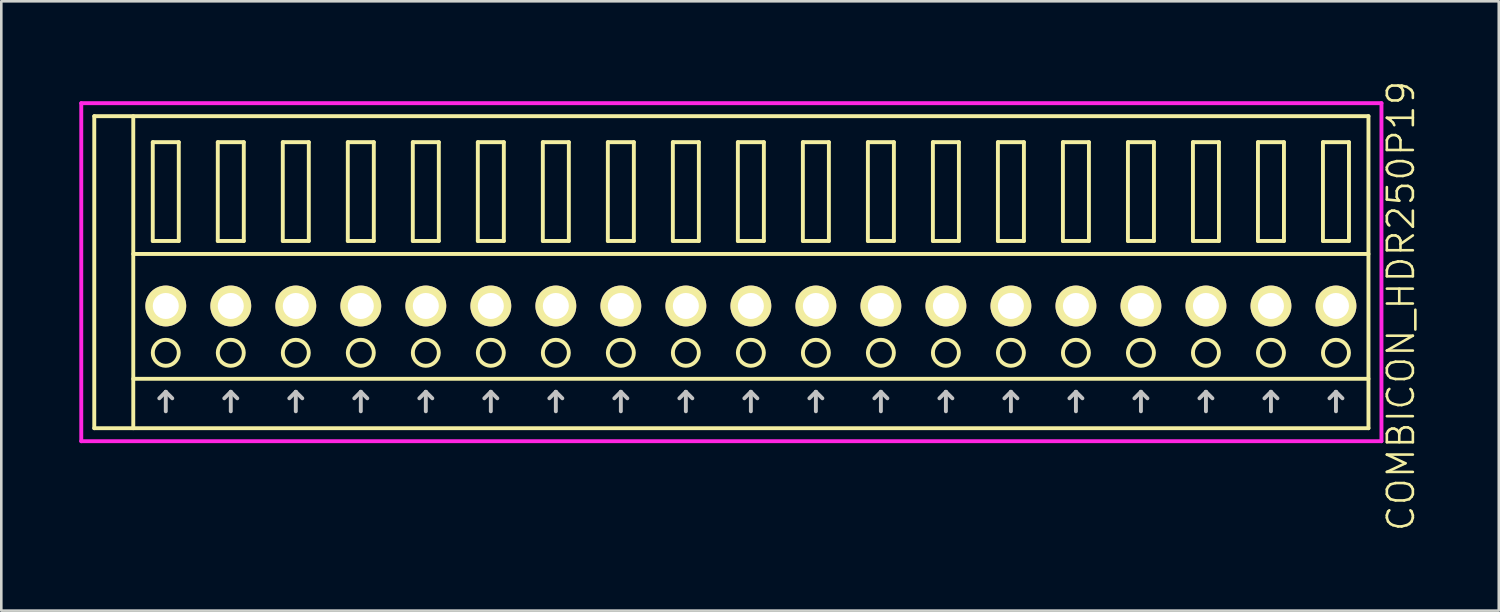
<source format=kicad_pcb>
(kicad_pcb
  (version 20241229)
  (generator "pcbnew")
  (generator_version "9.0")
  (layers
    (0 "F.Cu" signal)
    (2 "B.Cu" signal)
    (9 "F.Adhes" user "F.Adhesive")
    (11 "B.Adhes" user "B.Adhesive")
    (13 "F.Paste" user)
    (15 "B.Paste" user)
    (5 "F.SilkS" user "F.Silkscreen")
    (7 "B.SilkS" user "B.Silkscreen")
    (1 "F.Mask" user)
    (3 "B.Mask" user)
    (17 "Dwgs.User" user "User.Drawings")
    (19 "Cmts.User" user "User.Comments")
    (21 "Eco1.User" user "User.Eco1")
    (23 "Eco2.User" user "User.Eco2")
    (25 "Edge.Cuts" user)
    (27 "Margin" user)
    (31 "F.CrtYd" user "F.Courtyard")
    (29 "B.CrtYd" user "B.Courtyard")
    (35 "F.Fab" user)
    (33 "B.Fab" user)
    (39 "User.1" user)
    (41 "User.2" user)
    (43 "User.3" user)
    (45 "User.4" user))
  (footprint "COMBICON_HDR250P19"
    (layer "F.Cu")
    (at 25.825 8.717)
    (property "Reference" "COMBICON_HDR250P19" (at 25 0 90) (layer "F.SilkS") (effects (font (size 1 1) (thickness 0.1))))
    (attr through_hole)
    (fp_line (start -25.25 -7.3) (end -25.25 4.7) (stroke (width 0.15) (type solid)) (layer "F.SilkS"))
    (fp_line (start -25.25 4.7) (end 23.75 4.7) (stroke (width 0.15) (type solid)) (layer "F.SilkS"))
    (fp_line (start -23.75 -2) (end 23.75 -2) (stroke (width 0.15) (type solid)) (layer "F.SilkS"))
    (fp_line (start -23.75 2.8) (end 23.75 2.8) (stroke (width 0.15) (type solid)) (layer "F.SilkS"))
    (fp_line (start -23.75 4.7) (end -23.75 -7.3) (stroke (width 0.15) (type solid)) (layer "F.SilkS"))
    (fp_line (start -23 -6.3) (end -23 -2.5) (stroke (width 0.15) (type solid)) (layer "F.SilkS"))
    (fp_line (start -23 -2.5) (end -22 -2.5) (stroke (width 0.15) (type solid)) (layer "F.SilkS"))
    (fp_line (start -22 -6.3) (end -23 -6.3) (stroke (width 0.15) (type solid)) (layer "F.SilkS"))
    (fp_line (start -22 -2.5) (end -22 -6.3) (stroke (width 0.15) (type solid)) (layer "F.SilkS"))
    (fp_line (start -20.5 -6.3) (end -20.5 -2.5) (stroke (width 0.15) (type solid)) (layer "F.SilkS"))
    (fp_line (start -20.5 -2.5) (end -19.5 -2.5) (stroke (width 0.15) (type solid)) (layer "F.SilkS"))
    (fp_line (start -19.5 -6.3) (end -20.5 -6.3) (stroke (width 0.15) (type solid)) (layer "F.SilkS"))
    (fp_line (start -19.5 -2.5) (end -19.5 -6.3) (stroke (width 0.15) (type solid)) (layer "F.SilkS"))
    (fp_line (start -18 -6.3) (end -18 -2.5) (stroke (width 0.15) (type solid)) (layer "F.SilkS"))
    (fp_line (start -18 -2.5) (end -17 -2.5) (stroke (width 0.15) (type solid)) (layer "F.SilkS"))
    (fp_line (start -17 -6.3) (end -18 -6.3) (stroke (width 0.15) (type solid)) (layer "F.SilkS"))
    (fp_line (start -17 -2.5) (end -17 -6.3) (stroke (width 0.15) (type solid)) (layer "F.SilkS"))
    (fp_line (start -15.5 -6.3) (end -15.5 -2.5) (stroke (width 0.15) (type solid)) (layer "F.SilkS"))
    (fp_line (start -15.5 -2.5) (end -14.5 -2.5) (stroke (width 0.15) (type solid)) (layer "F.SilkS"))
    (fp_line (start -14.5 -6.3) (end -15.5 -6.3) (stroke (width 0.15) (type solid)) (layer "F.SilkS"))
    (fp_line (start -14.5 -2.5) (end -14.5 -6.3) (stroke (width 0.15) (type solid)) (layer "F.SilkS"))
    (fp_line (start -13 -6.3) (end -13 -2.5) (stroke (width 0.15) (type solid)) (layer "F.SilkS"))
    (fp_line (start -13 -2.5) (end -12 -2.5) (stroke (width 0.15) (type solid)) (layer "F.SilkS"))
    (fp_line (start -12 -6.3) (end -13 -6.3) (stroke (width 0.15) (type solid)) (layer "F.SilkS"))
    (fp_line (start -12 -2.5) (end -12 -6.3) (stroke (width 0.15) (type solid)) (layer "F.SilkS"))
    (fp_line (start -10.5 -6.3) (end -10.5 -2.5) (stroke (width 0.15) (type solid)) (layer "F.SilkS"))
    (fp_line (start -10.5 -2.5) (end -9.5 -2.5) (stroke (width 0.15) (type solid)) (layer "F.SilkS"))
    (fp_line (start -9.5 -6.3) (end -10.5 -6.3) (stroke (width 0.15) (type solid)) (layer "F.SilkS"))
    (fp_line (start -9.5 -2.5) (end -9.5 -6.3) (stroke (width 0.15) (type solid)) (layer "F.SilkS"))
    (fp_line (start -8 -6.3) (end -8 -2.5) (stroke (width 0.15) (type solid)) (layer "F.SilkS"))
    (fp_line (start -8 -2.5) (end -7 -2.5) (stroke (width 0.15) (type solid)) (layer "F.SilkS"))
    (fp_line (start -7 -6.3) (end -8 -6.3) (stroke (width 0.15) (type solid)) (layer "F.SilkS"))
    (fp_line (start -7 -2.5) (end -7 -6.3) (stroke (width 0.15) (type solid)) (layer "F.SilkS"))
    (fp_line (start -5.5 -6.3) (end -5.5 -2.5) (stroke (width 0.15) (type solid)) (layer "F.SilkS"))
    (fp_line (start -5.5 -2.5) (end -4.5 -2.5) (stroke (width 0.15) (type solid)) (layer "F.SilkS"))
    (fp_line (start -4.5 -6.3) (end -5.5 -6.3) (stroke (width 0.15) (type solid)) (layer "F.SilkS"))
    (fp_line (start -4.5 -2.5) (end -4.5 -6.3) (stroke (width 0.15) (type solid)) (layer "F.SilkS"))
    (fp_line (start -3 -6.3) (end -3 -2.5) (stroke (width 0.15) (type solid)) (layer "F.SilkS"))
    (fp_line (start -3 -2.5) (end -2 -2.5) (stroke (width 0.15) (type solid)) (layer "F.SilkS"))
    (fp_line (start -2 -6.3) (end -3 -6.3) (stroke (width 0.15) (type solid)) (layer "F.SilkS"))
    (fp_line (start -2 -2.5) (end -2 -6.3) (stroke (width 0.15) (type solid)) (layer "F.SilkS"))
    (fp_line (start -0.5 -6.3) (end -0.5 -2.5) (stroke (width 0.15) (type solid)) (layer "F.SilkS"))
    (fp_line (start -0.5 -2.5) (end 0.5 -2.5) (stroke (width 0.15) (type solid)) (layer "F.SilkS"))
    (fp_line (start 0.5 -6.3) (end -0.5 -6.3) (stroke (width 0.15) (type solid)) (layer "F.SilkS"))
    (fp_line (start 0.5 -2.5) (end 0.5 -6.3) (stroke (width 0.15) (type solid)) (layer "F.SilkS"))
    (fp_line (start 2 -6.3) (end 2 -2.5) (stroke (width 0.15) (type solid)) (layer "F.SilkS"))
    (fp_line (start 2 -2.5) (end 3 -2.5) (stroke (width 0.15) (type solid)) (layer "F.SilkS"))
    (fp_line (start 3 -6.3) (end 2 -6.3) (stroke (width 0.15) (type solid)) (layer "F.SilkS"))
    (fp_line (start 3 -2.5) (end 3 -6.3) (stroke (width 0.15) (type solid)) (layer "F.SilkS"))
    (fp_line (start 4.5 -6.3) (end 4.5 -2.5) (stroke (width 0.15) (type solid)) (layer "F.SilkS"))
    (fp_line (start 4.5 -2.5) (end 5.5 -2.5) (stroke (width 0.15) (type solid)) (layer "F.SilkS"))
    (fp_line (start 5.5 -6.3) (end 4.5 -6.3) (stroke (width 0.15) (type solid)) (layer "F.SilkS"))
    (fp_line (start 5.5 -2.5) (end 5.5 -6.3) (stroke (width 0.15) (type solid)) (layer "F.SilkS"))
    (fp_line (start 7 -6.3) (end 7 -2.5) (stroke (width 0.15) (type solid)) (layer "F.SilkS"))
    (fp_line (start 7 -2.5) (end 8 -2.5) (stroke (width 0.15) (type solid)) (layer "F.SilkS"))
    (fp_line (start 8 -6.3) (end 7 -6.3) (stroke (width 0.15) (type solid)) (layer "F.SilkS"))
    (fp_line (start 8 -2.5) (end 8 -6.3) (stroke (width 0.15) (type solid)) (layer "F.SilkS"))
    (fp_line (start 9.5 -6.3) (end 9.5 -2.5) (stroke (width 0.15) (type solid)) (layer "F.SilkS"))
    (fp_line (start 9.5 -2.5) (end 10.5 -2.5) (stroke (width 0.15) (type solid)) (layer "F.SilkS"))
    (fp_line (start 10.5 -6.3) (end 9.5 -6.3) (stroke (width 0.15) (type solid)) (layer "F.SilkS"))
    (fp_line (start 10.5 -2.5) (end 10.5 -6.3) (stroke (width 0.15) (type solid)) (layer "F.SilkS"))
    (fp_line (start 12 -6.3) (end 12 -2.5) (stroke (width 0.15) (type solid)) (layer "F.SilkS"))
    (fp_line (start 12 -2.5) (end 13 -2.5) (stroke (width 0.15) (type solid)) (layer "F.SilkS"))
    (fp_line (start 13 -6.3) (end 12 -6.3) (stroke (width 0.15) (type solid)) (layer "F.SilkS"))
    (fp_line (start 13 -2.5) (end 13 -6.3) (stroke (width 0.15) (type solid)) (layer "F.SilkS"))
    (fp_line (start 14.5 -6.3) (end 14.5 -2.5) (stroke (width 0.15) (type solid)) (layer "F.SilkS"))
    (fp_line (start 14.5 -2.5) (end 15.5 -2.5) (stroke (width 0.15) (type solid)) (layer "F.SilkS"))
    (fp_line (start 15.5 -6.3) (end 14.5 -6.3) (stroke (width 0.15) (type solid)) (layer "F.SilkS"))
    (fp_line (start 15.5 -2.5) (end 15.5 -6.3) (stroke (width 0.15) (type solid)) (layer "F.SilkS"))
    (fp_line (start 17 -6.3) (end 17 -2.5) (stroke (width 0.15) (type solid)) (layer "F.SilkS"))
    (fp_line (start 17 -2.5) (end 18 -2.5) (stroke (width 0.15) (type solid)) (layer "F.SilkS"))
    (fp_line (start 18 -6.3) (end 17 -6.3) (stroke (width 0.15) (type solid)) (layer "F.SilkS"))
    (fp_line (start 18 -2.5) (end 18 -6.3) (stroke (width 0.15) (type solid)) (layer "F.SilkS"))
    (fp_line (start 19.5 -6.3) (end 19.5 -2.5) (stroke (width 0.15) (type solid)) (layer "F.SilkS"))
    (fp_line (start 19.5 -2.5) (end 20.5 -2.5) (stroke (width 0.15) (type solid)) (layer "F.SilkS"))
    (fp_line (start 20.5 -6.3) (end 19.5 -6.3) (stroke (width 0.15) (type solid)) (layer "F.SilkS"))
    (fp_line (start 20.5 -2.5) (end 20.5 -6.3) (stroke (width 0.15) (type solid)) (layer "F.SilkS"))
    (fp_line (start 22 -6.3) (end 22 -2.5) (stroke (width 0.15) (type solid)) (layer "F.SilkS"))
    (fp_line (start 22 -2.5) (end 23 -2.5) (stroke (width 0.15) (type solid)) (layer "F.SilkS"))
    (fp_line (start 23 -6.3) (end 22 -6.3) (stroke (width 0.15) (type solid)) (layer "F.SilkS"))
    (fp_line (start 23 -2.5) (end 23 -6.3) (stroke (width 0.15) (type solid)) (layer "F.SilkS"))
    (fp_line (start 23.75 -7.3) (end -25.25 -7.3) (stroke (width 0.15) (type solid)) (layer "F.SilkS"))
    (fp_line (start 23.75 4.7) (end 23.75 -7.3) (stroke (width 0.15) (type solid)) (layer "F.SilkS"))
    (fp_circle (center -22.5 1.8) (end -22 1.8) (stroke (width 0.15) (type solid)) (fill no) (layer "F.SilkS"))
    (fp_circle (center -20 1.8) (end -19.5 1.8) (stroke (width 0.15) (type solid)) (fill no) (layer "F.SilkS"))
    (fp_circle (center -17.5 1.8) (end -17 1.8) (stroke (width 0.15) (type solid)) (fill no) (layer "F.SilkS"))
    (fp_circle (center -15 1.8) (end -14.5 1.8) (stroke (width 0.15) (type solid)) (fill no) (layer "F.SilkS"))
    (fp_circle (center -12.5 1.8) (end -12 1.8) (stroke (width 0.15) (type solid)) (fill no) (layer "F.SilkS"))
    (fp_circle (center -10 1.8) (end -9.5 1.8) (stroke (width 0.15) (type solid)) (fill no) (layer "F.SilkS"))
    (fp_circle (center -7.5 1.8) (end -7 1.8) (stroke (width 0.15) (type solid)) (fill no) (layer "F.SilkS"))
    (fp_circle (center -5 1.8) (end -4.5 1.8) (stroke (width 0.15) (type solid)) (fill no) (layer "F.SilkS"))
    (fp_circle (center -2.5 1.8) (end -2 1.8) (stroke (width 0.15) (type solid)) (fill no) (layer "F.SilkS"))
    (fp_circle (center 0 1.8) (end 0.5 1.8) (stroke (width 0.15) (type solid)) (fill no) (layer "F.SilkS"))
    (fp_circle (center 2.5 1.8) (end 3 1.8) (stroke (width 0.15) (type solid)) (fill no) (layer "F.SilkS"))
    (fp_circle (center 5 1.8) (end 5.5 1.8) (stroke (width 0.15) (type solid)) (fill no) (layer "F.SilkS"))
    (fp_circle (center 7.5 1.8) (end 8 1.8) (stroke (width 0.15) (type solid)) (fill no) (layer "F.SilkS"))
    (fp_circle (center 10 1.8) (end 10.5 1.8) (stroke (width 0.15) (type solid)) (fill no) (layer "F.SilkS"))
    (fp_circle (center 12.5 1.8) (end 13 1.8) (stroke (width 0.15) (type solid)) (fill no) (layer "F.SilkS"))
    (fp_circle (center 15 1.8) (end 15.5 1.8) (stroke (width 0.15) (type solid)) (fill no) (layer "F.SilkS"))
    (fp_circle (center 17.5 1.8) (end 18 1.8) (stroke (width 0.15) (type solid)) (fill no) (layer "F.SilkS"))
    (fp_circle (center 20 1.8) (end 20.5 1.8) (stroke (width 0.15) (type solid)) (fill no) (layer "F.SilkS"))
    (fp_circle (center 22.5 1.8) (end 23 1.8) (stroke (width 0.15) (type solid)) (fill no) (layer "F.SilkS"))
    (fp_line (start -22.75 3.55) (end -22.5 3.3) (stroke (width 0.15) (type solid)) (layer "Dwgs.User"))
    (fp_line (start -22.5 4.05) (end -22.5 3.3) (stroke (width 0.15) (type solid)) (layer "Dwgs.User"))
    (fp_line (start -22.25 3.55) (end -22.5 3.3) (stroke (width 0.15) (type solid)) (layer "Dwgs.User"))
    (fp_line (start -20.25 3.55) (end -20 3.3) (stroke (width 0.15) (type solid)) (layer "Dwgs.User"))
    (fp_line (start -20 4.05) (end -20 3.3) (stroke (width 0.15) (type solid)) (layer "Dwgs.User"))
    (fp_line (start -19.75 3.55) (end -20 3.3) (stroke (width 0.15) (type solid)) (layer "Dwgs.User"))
    (fp_line (start -17.75 3.55) (end -17.5 3.3) (stroke (width 0.15) (type solid)) (layer "Dwgs.User"))
    (fp_line (start -17.5 4.05) (end -17.5 3.3) (stroke (width 0.15) (type solid)) (layer "Dwgs.User"))
    (fp_line (start -17.25 3.55) (end -17.5 3.3) (stroke (width 0.15) (type solid)) (layer "Dwgs.User"))
    (fp_line (start -15.25 3.55) (end -15 3.3) (stroke (width 0.15) (type solid)) (layer "Dwgs.User"))
    (fp_line (start -15 4.05) (end -15 3.3) (stroke (width 0.15) (type solid)) (layer "Dwgs.User"))
    (fp_line (start -14.75 3.55) (end -15 3.3) (stroke (width 0.15) (type solid)) (layer "Dwgs.User"))
    (fp_line (start -12.75 3.55) (end -12.5 3.3) (stroke (width 0.15) (type solid)) (layer "Dwgs.User"))
    (fp_line (start -12.5 4.05) (end -12.5 3.3) (stroke (width 0.15) (type solid)) (layer "Dwgs.User"))
    (fp_line (start -12.25 3.55) (end -12.5 3.3) (stroke (width 0.15) (type solid)) (layer "Dwgs.User"))
    (fp_line (start -10.25 3.55) (end -10 3.3) (stroke (width 0.15) (type solid)) (layer "Dwgs.User"))
    (fp_line (start -10 4.05) (end -10 3.3) (stroke (width 0.15) (type solid)) (layer "Dwgs.User"))
    (fp_line (start -9.75 3.55) (end -10 3.3) (stroke (width 0.15) (type solid)) (layer "Dwgs.User"))
    (fp_line (start -7.75 3.55) (end -7.5 3.3) (stroke (width 0.15) (type solid)) (layer "Dwgs.User"))
    (fp_line (start -7.5 4.05) (end -7.5 3.3) (stroke (width 0.15) (type solid)) (layer "Dwgs.User"))
    (fp_line (start -7.25 3.55) (end -7.5 3.3) (stroke (width 0.15) (type solid)) (layer "Dwgs.User"))
    (fp_line (start -5.25 3.55) (end -5 3.3) (stroke (width 0.15) (type solid)) (layer "Dwgs.User"))
    (fp_line (start -5 4.05) (end -5 3.3) (stroke (width 0.15) (type solid)) (layer "Dwgs.User"))
    (fp_line (start -4.75 3.55) (end -5 3.3) (stroke (width 0.15) (type solid)) (layer "Dwgs.User"))
    (fp_line (start -2.75 3.55) (end -2.5 3.3) (stroke (width 0.15) (type solid)) (layer "Dwgs.User"))
    (fp_line (start -2.5 4.05) (end -2.5 3.3) (stroke (width 0.15) (type solid)) (layer "Dwgs.User"))
    (fp_line (start -2.25 3.55) (end -2.5 3.3) (stroke (width 0.15) (type solid)) (layer "Dwgs.User"))
    (fp_line (start -0.25 3.55) (end 0 3.3) (stroke (width 0.15) (type solid)) (layer "Dwgs.User"))
    (fp_line (start 0 4.05) (end 0 3.3) (stroke (width 0.15) (type solid)) (layer "Dwgs.User"))
    (fp_line (start 0.25 3.55) (end 0 3.3) (stroke (width 0.15) (type solid)) (layer "Dwgs.User"))
    (fp_line (start 2.25 3.55) (end 2.5 3.3) (stroke (width 0.15) (type solid)) (layer "Dwgs.User"))
    (fp_line (start 2.5 4.05) (end 2.5 3.3) (stroke (width 0.15) (type solid)) (layer "Dwgs.User"))
    (fp_line (start 2.75 3.55) (end 2.5 3.3) (stroke (width 0.15) (type solid)) (layer "Dwgs.User"))
    (fp_line (start 4.75 3.55) (end 5 3.3) (stroke (width 0.15) (type solid)) (layer "Dwgs.User"))
    (fp_line (start 5 4.05) (end 5 3.3) (stroke (width 0.15) (type solid)) (layer "Dwgs.User"))
    (fp_line (start 5.25 3.55) (end 5 3.3) (stroke (width 0.15) (type solid)) (layer "Dwgs.User"))
    (fp_line (start 7.25 3.55) (end 7.5 3.3) (stroke (width 0.15) (type solid)) (layer "Dwgs.User"))
    (fp_line (start 7.5 4.05) (end 7.5 3.3) (stroke (width 0.15) (type solid)) (layer "Dwgs.User"))
    (fp_line (start 7.75 3.55) (end 7.5 3.3) (stroke (width 0.15) (type solid)) (layer "Dwgs.User"))
    (fp_line (start 9.75 3.55) (end 10 3.3) (stroke (width 0.15) (type solid)) (layer "Dwgs.User"))
    (fp_line (start 10 4.05) (end 10 3.3) (stroke (width 0.15) (type solid)) (layer "Dwgs.User"))
    (fp_line (start 10.25 3.55) (end 10 3.3) (stroke (width 0.15) (type solid)) (layer "Dwgs.User"))
    (fp_line (start 12.25 3.55) (end 12.5 3.3) (stroke (width 0.15) (type solid)) (layer "Dwgs.User"))
    (fp_line (start 12.5 4.05) (end 12.5 3.3) (stroke (width 0.15) (type solid)) (layer "Dwgs.User"))
    (fp_line (start 12.75 3.55) (end 12.5 3.3) (stroke (width 0.15) (type solid)) (layer "Dwgs.User"))
    (fp_line (start 14.75 3.55) (end 15 3.3) (stroke (width 0.15) (type solid)) (layer "Dwgs.User"))
    (fp_line (start 15 4.05) (end 15 3.3) (stroke (width 0.15) (type solid)) (layer "Dwgs.User"))
    (fp_line (start 15.25 3.55) (end 15 3.3) (stroke (width 0.15) (type solid)) (layer "Dwgs.User"))
    (fp_line (start 17.25 3.55) (end 17.5 3.3) (stroke (width 0.15) (type solid)) (layer "Dwgs.User"))
    (fp_line (start 17.5 4.05) (end 17.5 3.3) (stroke (width 0.15) (type solid)) (layer "Dwgs.User"))
    (fp_line (start 17.75 3.55) (end 17.5 3.3) (stroke (width 0.15) (type solid)) (layer "Dwgs.User"))
    (fp_line (start 19.75 3.55) (end 20 3.3) (stroke (width 0.15) (type solid)) (layer "Dwgs.User"))
    (fp_line (start 20 4.05) (end 20 3.3) (stroke (width 0.15) (type solid)) (layer "Dwgs.User"))
    (fp_line (start 20.25 3.55) (end 20 3.3) (stroke (width 0.15) (type solid)) (layer "Dwgs.User"))
    (fp_line (start 22.25 3.55) (end 22.5 3.3) (stroke (width 0.15) (type solid)) (layer "Dwgs.User"))
    (fp_line (start 22.5 4.05) (end 22.5 3.3) (stroke (width 0.15) (type solid)) (layer "Dwgs.User"))
    (fp_line (start 22.75 3.55) (end 22.5 3.3) (stroke (width 0.15) (type solid)) (layer "Dwgs.User"))
    (fp_line (start -25.75 -7.8) (end -25.75 5.2) (stroke (width 0.15) (type solid)) (layer "F.CrtYd"))
    (fp_line (start -25.75 5.2) (end 24.25 5.2) (stroke (width 0.15) (type solid)) (layer "F.CrtYd"))
    (fp_line (start 24.25 -7.8) (end -25.75 -7.8) (stroke (width 0.15) (type solid)) (layer "F.CrtYd"))
    (fp_line (start 24.25 5.2) (end 24.25 -7.8) (stroke (width 0.15) (type solid)) (layer "F.CrtYd"))
    (pad "1" thru_hole oval (at -22.5 0) (size 1.57 1.57) (drill 1) (layers "*.Cu" "*.Mask" "F.SilkS"))
    (pad "2" thru_hole oval (at -20 0) (size 1.57 1.57) (drill 1) (layers "*.Cu" "*.Mask" "F.SilkS"))
    (pad "3" thru_hole oval (at -17.5 0) (size 1.57 1.57) (drill 1) (layers "*.Cu" "*.Mask" "F.SilkS"))
    (pad "4" thru_hole oval (at -15 0) (size 1.57 1.57) (drill 1) (layers "*.Cu" "*.Mask" "F.SilkS"))
    (pad "5" thru_hole oval (at -12.5 0) (size 1.57 1.57) (drill 1) (layers "*.Cu" "*.Mask" "F.SilkS"))
    (pad "6" thru_hole oval (at -10 0) (size 1.57 1.57) (drill 1) (layers "*.Cu" "*.Mask" "F.SilkS"))
    (pad "7" thru_hole oval (at -7.5 0) (size 1.57 1.57) (drill 1) (layers "*.Cu" "*.Mask" "F.SilkS"))
    (pad "8" thru_hole oval (at -5 0) (size 1.57 1.57) (drill 1) (layers "*.Cu" "*.Mask" "F.SilkS"))
    (pad "9" thru_hole oval (at -2.5 0) (size 1.57 1.57) (drill 1) (layers "*.Cu" "*.Mask" "F.SilkS"))
    (pad "10" thru_hole oval (at 0 0) (size 1.57 1.57) (drill 1) (layers "*.Cu" "*.Mask" "F.SilkS"))
    (pad "11" thru_hole oval (at 2.5 0) (size 1.57 1.57) (drill 1) (layers "*.Cu" "*.Mask" "F.SilkS"))
    (pad "12" thru_hole oval (at 5 0) (size 1.57 1.57) (drill 1) (layers "*.Cu" "*.Mask" "F.SilkS"))
    (pad "13" thru_hole oval (at 7.5 0) (size 1.57 1.57) (drill 1) (layers "*.Cu" "*.Mask" "F.SilkS"))
    (pad "14" thru_hole oval (at 10 0) (size 1.57 1.57) (drill 1) (layers "*.Cu" "*.Mask" "F.SilkS"))
    (pad "15" thru_hole oval (at 12.5 0) (size 1.57 1.57) (drill 1) (layers "*.Cu" "*.Mask" "F.SilkS"))
    (pad "16" thru_hole oval (at 15 0) (size 1.57 1.57) (drill 1) (layers "*.Cu" "*.Mask" "F.SilkS"))
    (pad "17" thru_hole oval (at 17.5 0) (size 1.57 1.57) (drill 1) (layers "*.Cu" "*.Mask" "F.SilkS"))
    (pad "18" thru_hole oval (at 20 0) (size 1.57 1.57) (drill 1) (layers "*.Cu" "*.Mask" "F.SilkS"))
    (pad "19" thru_hole oval (at 22.5 0) (size 1.57 1.57) (drill 1) (layers "*.Cu" "*.Mask" "F.SilkS")))
  (gr_rect
    (start -3 -3)
    (end 54.586 20.433)
    (stroke (width 0.1) (type default))
    (fill no)
    (layer "Edge.Cuts")))
</source>
